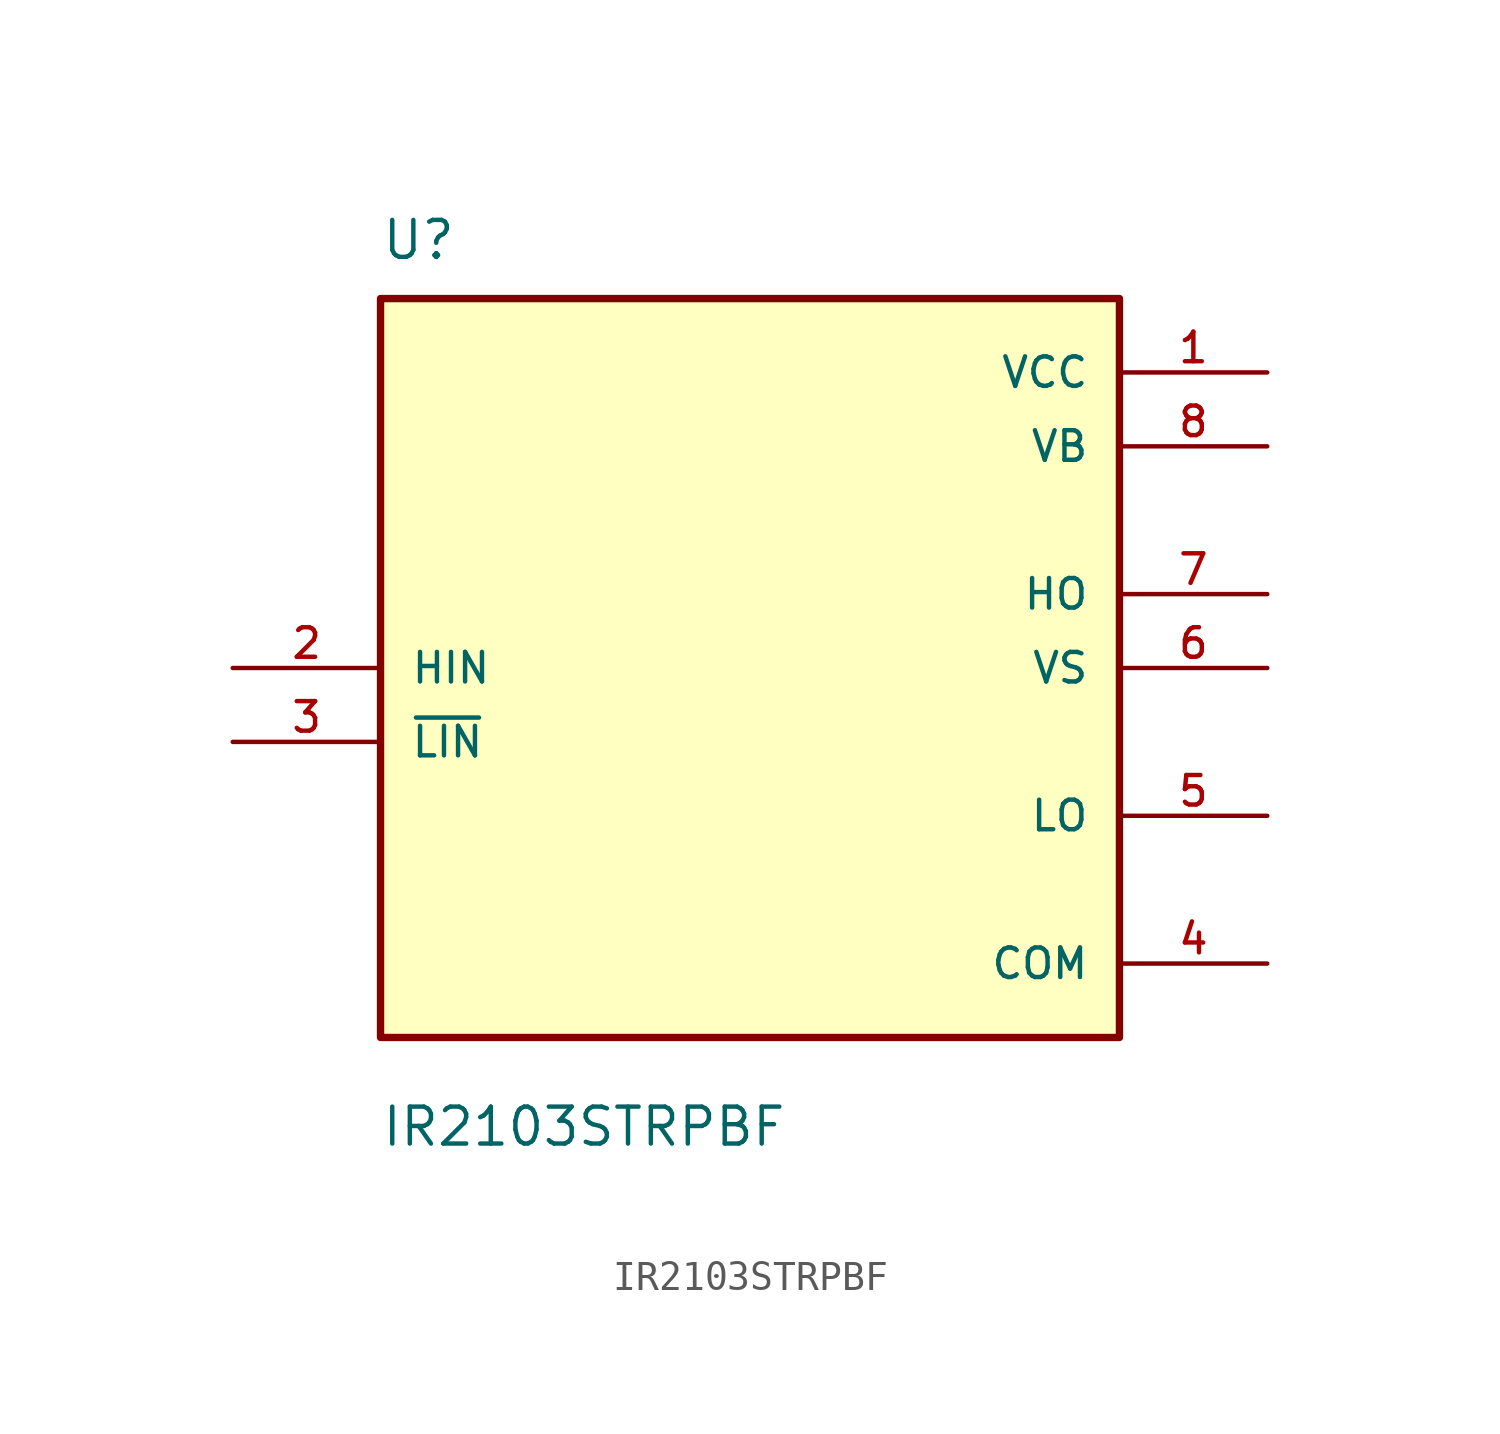
<source format=kicad_sym>
(kicad_symbol_lib
  (version 20211014)
  (generator kicad_symbol_editor)
  (symbol "IR2103STRPBF"
    (pin_names
      (offset 1.016))
    (property "Reference" "U"
      (at -12.7 13.97 0)
      (effects (font (size 1.27 1.27)) (justify bottom left)))
    (property "Value" "IR2103STRPBF"
      (at -12.7 -16.51 0)
      (effects (font (size 1.27 1.27)) (justify bottom left)))
    (symbol "IR2103STRPBF_0_0"
      (rectangle (start -12.7 -12.7) (end 12.7 12.7) (stroke (width 0.254)) (fill (type background)))
      (pin input line (at -17.78 0.0 0) (length 5.08) (name "HIN" (effects (font (size 1.016 1.016)))) (number "2" (effects (font (size 1.016 1.016)))))
      (pin input line (at -17.78 -2.54 0) (length 5.08) (name "~{LIN}" (effects (font (size 1.016 1.016)))) (number "3" (effects (font (size 1.016 1.016)))))
      (pin power_in line (at 17.78 -10.16 180.0) (length 5.08) (name "COM" (effects (font (size 1.016 1.016)))) (number "4" (effects (font (size 1.016 1.016)))))
      (pin power_in line (at 17.78 10.16 180.0) (length 5.08) (name "VCC" (effects (font (size 1.016 1.016)))) (number "1" (effects (font (size 1.016 1.016)))))
      (pin output line (at 17.78 -5.08 180.0) (length 5.08) (name "LO" (effects (font (size 1.016 1.016)))) (number "5" (effects (font (size 1.016 1.016)))))
      (pin power_in line (at 17.78 7.62 180.0) (length 5.08) (name "VB" (effects (font (size 1.016 1.016)))) (number "8" (effects (font (size 1.016 1.016)))))
      (pin output line (at 17.78 2.54 180.0) (length 5.08) (name "HO" (effects (font (size 1.016 1.016)))) (number "7" (effects (font (size 1.016 1.016)))))
      (pin output line (at 17.78 0.0 180.0) (length 5.08) (name "VS" (effects (font (size 1.016 1.016)))) (number "6" (effects (font (size 1.016 1.016))))))))
</source>
